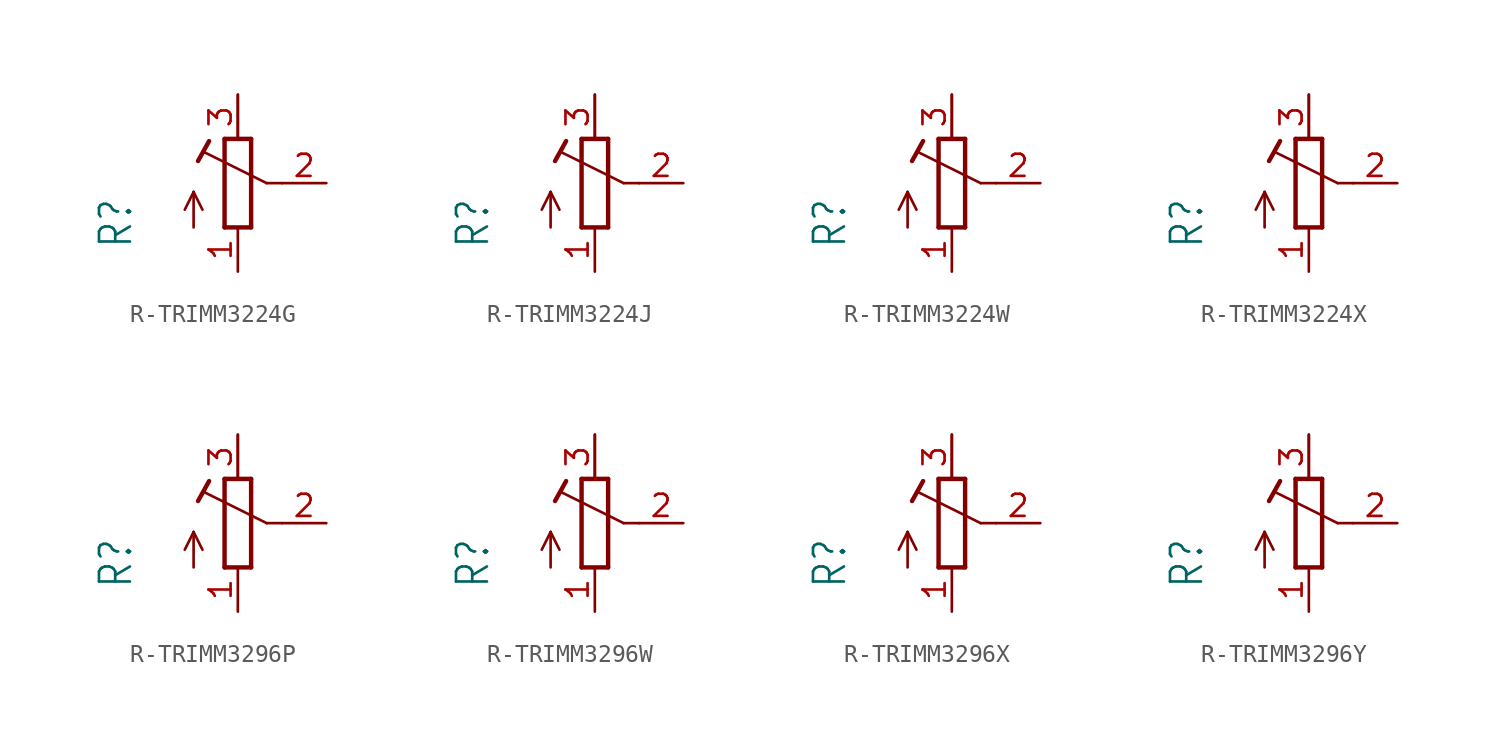
<source format=kicad_sym>
(kicad_symbol_lib
  (version 20231120)
  (generator "kicad_symbol_editor")
  (generator_version "8.0")
  (symbol "R-TRIMM3224G"
    (property "Reference" "R"
      (at -5.969 -3.81 90)
      (effects (font (size 1.778 1.511)) (justify left bottom)))
    (property "Value" ""
      (at -3.81 -3.81 90)
      (effects (font (size 1.778 1.511)) (justify left bottom)))
    (property "ki_locked" ""
      (at 0 0 0)
      (effects (font (size 1.27 1.27))))
    (symbol "R-TRIMM3224G_1_0"
      (polyline (pts (xy -2.54 -2.54) (xy -2.54 -0.508)) (stroke (width 0.152) (type solid)) (fill (type none)))
      (polyline (pts (xy -2.54 -0.508) (xy -3.048 -1.524)) (stroke (width 0.152) (type solid)) (fill (type none)))
      (polyline (pts (xy -2.54 -0.508) (xy -2.032 -1.524)) (stroke (width 0.152) (type solid)) (fill (type none)))
      (polyline (pts (xy -2.286 1.27) (xy -1.651 2.413)) (stroke (width 0.254) (type solid)) (fill (type none)))
      (polyline (pts (xy -0.762 -2.54) (xy 0.762 -2.54)) (stroke (width 0.254) (type solid)) (fill (type none)))
      (polyline (pts (xy -0.762 2.54) (xy -0.762 -2.54)) (stroke (width 0.254) (type solid)) (fill (type none)))
      (polyline (pts (xy 0 2.54) (xy -0.762 2.54)) (stroke (width 0.254) (type solid)) (fill (type none)))
      (polyline (pts (xy 0 2.54) (xy 0 5.08)) (stroke (width 0.152) (type solid)) (fill (type none)))
      (polyline (pts (xy 0.762 -2.54) (xy 0.762 2.54)) (stroke (width 0.254) (type solid)) (fill (type none)))
      (polyline (pts (xy 0.762 2.54) (xy 0 2.54)) (stroke (width 0.254) (type solid)) (fill (type none)))
      (polyline (pts (xy 1.651 0) (xy -1.88 1.753)) (stroke (width 0.152) (type solid)) (fill (type none)))
      (polyline (pts (xy 2.54 0) (xy 1.651 0)) (stroke (width 0.152) (type solid)) (fill (type none)))
      (pin passive line (at 0 -5.08 90) (length 2.54) (name "E" (effects (font (size 0 0)))) (number "1" (effects (font (size 1.27 1.27)))))
      (pin passive line (at 5.08 0 180) (length 2.54) (name "S" (effects (font (size 0 0)))) (number "2" (effects (font (size 1.27 1.27)))))
      (pin passive line (at 0 5.08 270) (length 2.54) (name "A" (effects (font (size 0 0)))) (number "3" (effects (font (size 1.27 1.27)))))))
  (symbol "R-TRIMM3224J"
    (property "Reference" "R"
      (at -5.969 -3.81 90)
      (effects (font (size 1.778 1.511)) (justify left bottom)))
    (property "Value" ""
      (at -3.81 -3.81 90)
      (effects (font (size 1.778 1.511)) (justify left bottom)))
    (property "ki_locked" ""
      (at 0 0 0)
      (effects (font (size 1.27 1.27))))
    (symbol "R-TRIMM3224J_1_0"
      (polyline (pts (xy -2.54 -2.54) (xy -2.54 -0.508)) (stroke (width 0.152) (type solid)) (fill (type none)))
      (polyline (pts (xy -2.54 -0.508) (xy -3.048 -1.524)) (stroke (width 0.152) (type solid)) (fill (type none)))
      (polyline (pts (xy -2.54 -0.508) (xy -2.032 -1.524)) (stroke (width 0.152) (type solid)) (fill (type none)))
      (polyline (pts (xy -2.286 1.27) (xy -1.651 2.413)) (stroke (width 0.254) (type solid)) (fill (type none)))
      (polyline (pts (xy -0.762 -2.54) (xy 0.762 -2.54)) (stroke (width 0.254) (type solid)) (fill (type none)))
      (polyline (pts (xy -0.762 2.54) (xy -0.762 -2.54)) (stroke (width 0.254) (type solid)) (fill (type none)))
      (polyline (pts (xy 0 2.54) (xy -0.762 2.54)) (stroke (width 0.254) (type solid)) (fill (type none)))
      (polyline (pts (xy 0 2.54) (xy 0 5.08)) (stroke (width 0.152) (type solid)) (fill (type none)))
      (polyline (pts (xy 0.762 -2.54) (xy 0.762 2.54)) (stroke (width 0.254) (type solid)) (fill (type none)))
      (polyline (pts (xy 0.762 2.54) (xy 0 2.54)) (stroke (width 0.254) (type solid)) (fill (type none)))
      (polyline (pts (xy 1.651 0) (xy -1.88 1.753)) (stroke (width 0.152) (type solid)) (fill (type none)))
      (polyline (pts (xy 2.54 0) (xy 1.651 0)) (stroke (width 0.152) (type solid)) (fill (type none)))
      (pin passive line (at 0 -5.08 90) (length 2.54) (name "E" (effects (font (size 0 0)))) (number "1" (effects (font (size 1.27 1.27)))))
      (pin passive line (at 5.08 0 180) (length 2.54) (name "S" (effects (font (size 0 0)))) (number "2" (effects (font (size 1.27 1.27)))))
      (pin passive line (at 0 5.08 270) (length 2.54) (name "A" (effects (font (size 0 0)))) (number "3" (effects (font (size 1.27 1.27)))))))
  (symbol "R-TRIMM3224W"
    (property "Reference" "R"
      (at -5.969 -3.81 90)
      (effects (font (size 1.778 1.511)) (justify left bottom)))
    (property "Value" ""
      (at -3.81 -3.81 90)
      (effects (font (size 1.778 1.511)) (justify left bottom)))
    (property "ki_locked" ""
      (at 0 0 0)
      (effects (font (size 1.27 1.27))))
    (symbol "R-TRIMM3224W_1_0"
      (polyline (pts (xy -2.54 -2.54) (xy -2.54 -0.508)) (stroke (width 0.152) (type solid)) (fill (type none)))
      (polyline (pts (xy -2.54 -0.508) (xy -3.048 -1.524)) (stroke (width 0.152) (type solid)) (fill (type none)))
      (polyline (pts (xy -2.54 -0.508) (xy -2.032 -1.524)) (stroke (width 0.152) (type solid)) (fill (type none)))
      (polyline (pts (xy -2.286 1.27) (xy -1.651 2.413)) (stroke (width 0.254) (type solid)) (fill (type none)))
      (polyline (pts (xy -0.762 -2.54) (xy 0.762 -2.54)) (stroke (width 0.254) (type solid)) (fill (type none)))
      (polyline (pts (xy -0.762 2.54) (xy -0.762 -2.54)) (stroke (width 0.254) (type solid)) (fill (type none)))
      (polyline (pts (xy 0 2.54) (xy -0.762 2.54)) (stroke (width 0.254) (type solid)) (fill (type none)))
      (polyline (pts (xy 0 2.54) (xy 0 5.08)) (stroke (width 0.152) (type solid)) (fill (type none)))
      (polyline (pts (xy 0.762 -2.54) (xy 0.762 2.54)) (stroke (width 0.254) (type solid)) (fill (type none)))
      (polyline (pts (xy 0.762 2.54) (xy 0 2.54)) (stroke (width 0.254) (type solid)) (fill (type none)))
      (polyline (pts (xy 1.651 0) (xy -1.88 1.753)) (stroke (width 0.152) (type solid)) (fill (type none)))
      (polyline (pts (xy 2.54 0) (xy 1.651 0)) (stroke (width 0.152) (type solid)) (fill (type none)))
      (pin passive line (at 0 -5.08 90) (length 2.54) (name "E" (effects (font (size 0 0)))) (number "1" (effects (font (size 1.27 1.27)))))
      (pin passive line (at 5.08 0 180) (length 2.54) (name "S" (effects (font (size 0 0)))) (number "2" (effects (font (size 1.27 1.27)))))
      (pin passive line (at 0 5.08 270) (length 2.54) (name "A" (effects (font (size 0 0)))) (number "3" (effects (font (size 1.27 1.27)))))))
  (symbol "R-TRIMM3224X"
    (property "Reference" "R"
      (at -5.969 -3.81 90)
      (effects (font (size 1.778 1.511)) (justify left bottom)))
    (property "Value" ""
      (at -3.81 -3.81 90)
      (effects (font (size 1.778 1.511)) (justify left bottom)))
    (property "ki_locked" ""
      (at 0 0 0)
      (effects (font (size 1.27 1.27))))
    (symbol "R-TRIMM3224X_1_0"
      (polyline (pts (xy -2.54 -2.54) (xy -2.54 -0.508)) (stroke (width 0.152) (type solid)) (fill (type none)))
      (polyline (pts (xy -2.54 -0.508) (xy -3.048 -1.524)) (stroke (width 0.152) (type solid)) (fill (type none)))
      (polyline (pts (xy -2.54 -0.508) (xy -2.032 -1.524)) (stroke (width 0.152) (type solid)) (fill (type none)))
      (polyline (pts (xy -2.286 1.27) (xy -1.651 2.413)) (stroke (width 0.254) (type solid)) (fill (type none)))
      (polyline (pts (xy -0.762 -2.54) (xy 0.762 -2.54)) (stroke (width 0.254) (type solid)) (fill (type none)))
      (polyline (pts (xy -0.762 2.54) (xy -0.762 -2.54)) (stroke (width 0.254) (type solid)) (fill (type none)))
      (polyline (pts (xy 0 2.54) (xy -0.762 2.54)) (stroke (width 0.254) (type solid)) (fill (type none)))
      (polyline (pts (xy 0 2.54) (xy 0 5.08)) (stroke (width 0.152) (type solid)) (fill (type none)))
      (polyline (pts (xy 0.762 -2.54) (xy 0.762 2.54)) (stroke (width 0.254) (type solid)) (fill (type none)))
      (polyline (pts (xy 0.762 2.54) (xy 0 2.54)) (stroke (width 0.254) (type solid)) (fill (type none)))
      (polyline (pts (xy 1.651 0) (xy -1.88 1.753)) (stroke (width 0.152) (type solid)) (fill (type none)))
      (polyline (pts (xy 2.54 0) (xy 1.651 0)) (stroke (width 0.152) (type solid)) (fill (type none)))
      (pin passive line (at 0 -5.08 90) (length 2.54) (name "E" (effects (font (size 0 0)))) (number "1" (effects (font (size 1.27 1.27)))))
      (pin passive line (at 5.08 0 180) (length 2.54) (name "S" (effects (font (size 0 0)))) (number "2" (effects (font (size 1.27 1.27)))))
      (pin passive line (at 0 5.08 270) (length 2.54) (name "A" (effects (font (size 0 0)))) (number "3" (effects (font (size 1.27 1.27)))))))
  (symbol "R-TRIMM3296P"
    (property "Reference" "R"
      (at -5.969 -3.81 90)
      (effects (font (size 1.778 1.511)) (justify left bottom)))
    (property "Value" ""
      (at -3.81 -3.81 90)
      (effects (font (size 1.778 1.511)) (justify left bottom)))
    (property "ki_locked" ""
      (at 0 0 0)
      (effects (font (size 1.27 1.27))))
    (symbol "R-TRIMM3296P_1_0"
      (polyline (pts (xy -2.54 -2.54) (xy -2.54 -0.508)) (stroke (width 0.152) (type solid)) (fill (type none)))
      (polyline (pts (xy -2.54 -0.508) (xy -3.048 -1.524)) (stroke (width 0.152) (type solid)) (fill (type none)))
      (polyline (pts (xy -2.54 -0.508) (xy -2.032 -1.524)) (stroke (width 0.152) (type solid)) (fill (type none)))
      (polyline (pts (xy -2.286 1.27) (xy -1.651 2.413)) (stroke (width 0.254) (type solid)) (fill (type none)))
      (polyline (pts (xy -0.762 -2.54) (xy 0.762 -2.54)) (stroke (width 0.254) (type solid)) (fill (type none)))
      (polyline (pts (xy -0.762 2.54) (xy -0.762 -2.54)) (stroke (width 0.254) (type solid)) (fill (type none)))
      (polyline (pts (xy 0 2.54) (xy -0.762 2.54)) (stroke (width 0.254) (type solid)) (fill (type none)))
      (polyline (pts (xy 0 2.54) (xy 0 5.08)) (stroke (width 0.152) (type solid)) (fill (type none)))
      (polyline (pts (xy 0.762 -2.54) (xy 0.762 2.54)) (stroke (width 0.254) (type solid)) (fill (type none)))
      (polyline (pts (xy 0.762 2.54) (xy 0 2.54)) (stroke (width 0.254) (type solid)) (fill (type none)))
      (polyline (pts (xy 1.651 0) (xy -1.88 1.753)) (stroke (width 0.152) (type solid)) (fill (type none)))
      (polyline (pts (xy 2.54 0) (xy 1.651 0)) (stroke (width 0.152) (type solid)) (fill (type none)))
      (pin passive line (at 0 -5.08 90) (length 2.54) (name "E" (effects (font (size 0 0)))) (number "1" (effects (font (size 1.27 1.27)))))
      (pin passive line (at 5.08 0 180) (length 2.54) (name "S" (effects (font (size 0 0)))) (number "2" (effects (font (size 1.27 1.27)))))
      (pin passive line (at 0 5.08 270) (length 2.54) (name "A" (effects (font (size 0 0)))) (number "3" (effects (font (size 1.27 1.27)))))))
  (symbol "R-TRIMM3296W"
    (property "Reference" "R"
      (at -5.969 -3.81 90)
      (effects (font (size 1.778 1.511)) (justify left bottom)))
    (property "Value" ""
      (at -3.81 -3.81 90)
      (effects (font (size 1.778 1.511)) (justify left bottom)))
    (property "ki_locked" ""
      (at 0 0 0)
      (effects (font (size 1.27 1.27))))
    (symbol "R-TRIMM3296W_1_0"
      (polyline (pts (xy -2.54 -2.54) (xy -2.54 -0.508)) (stroke (width 0.152) (type solid)) (fill (type none)))
      (polyline (pts (xy -2.54 -0.508) (xy -3.048 -1.524)) (stroke (width 0.152) (type solid)) (fill (type none)))
      (polyline (pts (xy -2.54 -0.508) (xy -2.032 -1.524)) (stroke (width 0.152) (type solid)) (fill (type none)))
      (polyline (pts (xy -2.286 1.27) (xy -1.651 2.413)) (stroke (width 0.254) (type solid)) (fill (type none)))
      (polyline (pts (xy -0.762 -2.54) (xy 0.762 -2.54)) (stroke (width 0.254) (type solid)) (fill (type none)))
      (polyline (pts (xy -0.762 2.54) (xy -0.762 -2.54)) (stroke (width 0.254) (type solid)) (fill (type none)))
      (polyline (pts (xy 0 2.54) (xy -0.762 2.54)) (stroke (width 0.254) (type solid)) (fill (type none)))
      (polyline (pts (xy 0 2.54) (xy 0 5.08)) (stroke (width 0.152) (type solid)) (fill (type none)))
      (polyline (pts (xy 0.762 -2.54) (xy 0.762 2.54)) (stroke (width 0.254) (type solid)) (fill (type none)))
      (polyline (pts (xy 0.762 2.54) (xy 0 2.54)) (stroke (width 0.254) (type solid)) (fill (type none)))
      (polyline (pts (xy 1.651 0) (xy -1.88 1.753)) (stroke (width 0.152) (type solid)) (fill (type none)))
      (polyline (pts (xy 2.54 0) (xy 1.651 0)) (stroke (width 0.152) (type solid)) (fill (type none)))
      (pin passive line (at 0 -5.08 90) (length 2.54) (name "E" (effects (font (size 0 0)))) (number "1" (effects (font (size 1.27 1.27)))))
      (pin passive line (at 5.08 0 180) (length 2.54) (name "S" (effects (font (size 0 0)))) (number "2" (effects (font (size 1.27 1.27)))))
      (pin passive line (at 0 5.08 270) (length 2.54) (name "A" (effects (font (size 0 0)))) (number "3" (effects (font (size 1.27 1.27)))))))
  (symbol "R-TRIMM3296X"
    (property "Reference" "R"
      (at -5.969 -3.81 90)
      (effects (font (size 1.778 1.511)) (justify left bottom)))
    (property "Value" ""
      (at -3.81 -3.81 90)
      (effects (font (size 1.778 1.511)) (justify left bottom)))
    (property "ki_locked" ""
      (at 0 0 0)
      (effects (font (size 1.27 1.27))))
    (symbol "R-TRIMM3296X_1_0"
      (polyline (pts (xy -2.54 -2.54) (xy -2.54 -0.508)) (stroke (width 0.152) (type solid)) (fill (type none)))
      (polyline (pts (xy -2.54 -0.508) (xy -3.048 -1.524)) (stroke (width 0.152) (type solid)) (fill (type none)))
      (polyline (pts (xy -2.54 -0.508) (xy -2.032 -1.524)) (stroke (width 0.152) (type solid)) (fill (type none)))
      (polyline (pts (xy -2.286 1.27) (xy -1.651 2.413)) (stroke (width 0.254) (type solid)) (fill (type none)))
      (polyline (pts (xy -0.762 -2.54) (xy 0.762 -2.54)) (stroke (width 0.254) (type solid)) (fill (type none)))
      (polyline (pts (xy -0.762 2.54) (xy -0.762 -2.54)) (stroke (width 0.254) (type solid)) (fill (type none)))
      (polyline (pts (xy 0 2.54) (xy -0.762 2.54)) (stroke (width 0.254) (type solid)) (fill (type none)))
      (polyline (pts (xy 0 2.54) (xy 0 5.08)) (stroke (width 0.152) (type solid)) (fill (type none)))
      (polyline (pts (xy 0.762 -2.54) (xy 0.762 2.54)) (stroke (width 0.254) (type solid)) (fill (type none)))
      (polyline (pts (xy 0.762 2.54) (xy 0 2.54)) (stroke (width 0.254) (type solid)) (fill (type none)))
      (polyline (pts (xy 1.651 0) (xy -1.88 1.753)) (stroke (width 0.152) (type solid)) (fill (type none)))
      (polyline (pts (xy 2.54 0) (xy 1.651 0)) (stroke (width 0.152) (type solid)) (fill (type none)))
      (pin passive line (at 0 -5.08 90) (length 2.54) (name "E" (effects (font (size 0 0)))) (number "1" (effects (font (size 1.27 1.27)))))
      (pin passive line (at 5.08 0 180) (length 2.54) (name "S" (effects (font (size 0 0)))) (number "2" (effects (font (size 1.27 1.27)))))
      (pin passive line (at 0 5.08 270) (length 2.54) (name "A" (effects (font (size 0 0)))) (number "3" (effects (font (size 1.27 1.27)))))))
  (symbol "R-TRIMM3296Y"
    (property "Reference" "R"
      (at -5.969 -3.81 90)
      (effects (font (size 1.778 1.511)) (justify left bottom)))
    (property "Value" ""
      (at -3.81 -3.81 90)
      (effects (font (size 1.778 1.511)) (justify left bottom)))
    (property "ki_locked" ""
      (at 0 0 0)
      (effects (font (size 1.27 1.27))))
    (symbol "R-TRIMM3296Y_1_0"
      (polyline (pts (xy -2.54 -2.54) (xy -2.54 -0.508)) (stroke (width 0.152) (type solid)) (fill (type none)))
      (polyline (pts (xy -2.54 -0.508) (xy -3.048 -1.524)) (stroke (width 0.152) (type solid)) (fill (type none)))
      (polyline (pts (xy -2.54 -0.508) (xy -2.032 -1.524)) (stroke (width 0.152) (type solid)) (fill (type none)))
      (polyline (pts (xy -2.286 1.27) (xy -1.651 2.413)) (stroke (width 0.254) (type solid)) (fill (type none)))
      (polyline (pts (xy -0.762 -2.54) (xy 0.762 -2.54)) (stroke (width 0.254) (type solid)) (fill (type none)))
      (polyline (pts (xy -0.762 2.54) (xy -0.762 -2.54)) (stroke (width 0.254) (type solid)) (fill (type none)))
      (polyline (pts (xy 0 2.54) (xy -0.762 2.54)) (stroke (width 0.254) (type solid)) (fill (type none)))
      (polyline (pts (xy 0 2.54) (xy 0 5.08)) (stroke (width 0.152) (type solid)) (fill (type none)))
      (polyline (pts (xy 0.762 -2.54) (xy 0.762 2.54)) (stroke (width 0.254) (type solid)) (fill (type none)))
      (polyline (pts (xy 0.762 2.54) (xy 0 2.54)) (stroke (width 0.254) (type solid)) (fill (type none)))
      (polyline (pts (xy 1.651 0) (xy -1.88 1.753)) (stroke (width 0.152) (type solid)) (fill (type none)))
      (polyline (pts (xy 2.54 0) (xy 1.651 0)) (stroke (width 0.152) (type solid)) (fill (type none)))
      (pin passive line (at 0 -5.08 90) (length 2.54) (name "E" (effects (font (size 0 0)))) (number "1" (effects (font (size 1.27 1.27)))))
      (pin passive line (at 5.08 0 180) (length 2.54) (name "S" (effects (font (size 0 0)))) (number "2" (effects (font (size 1.27 1.27)))))
      (pin passive line (at 0 5.08 270) (length 2.54) (name "A" (effects (font (size 0 0)))) (number "3" (effects (font (size 1.27 1.27))))))))
</source>
